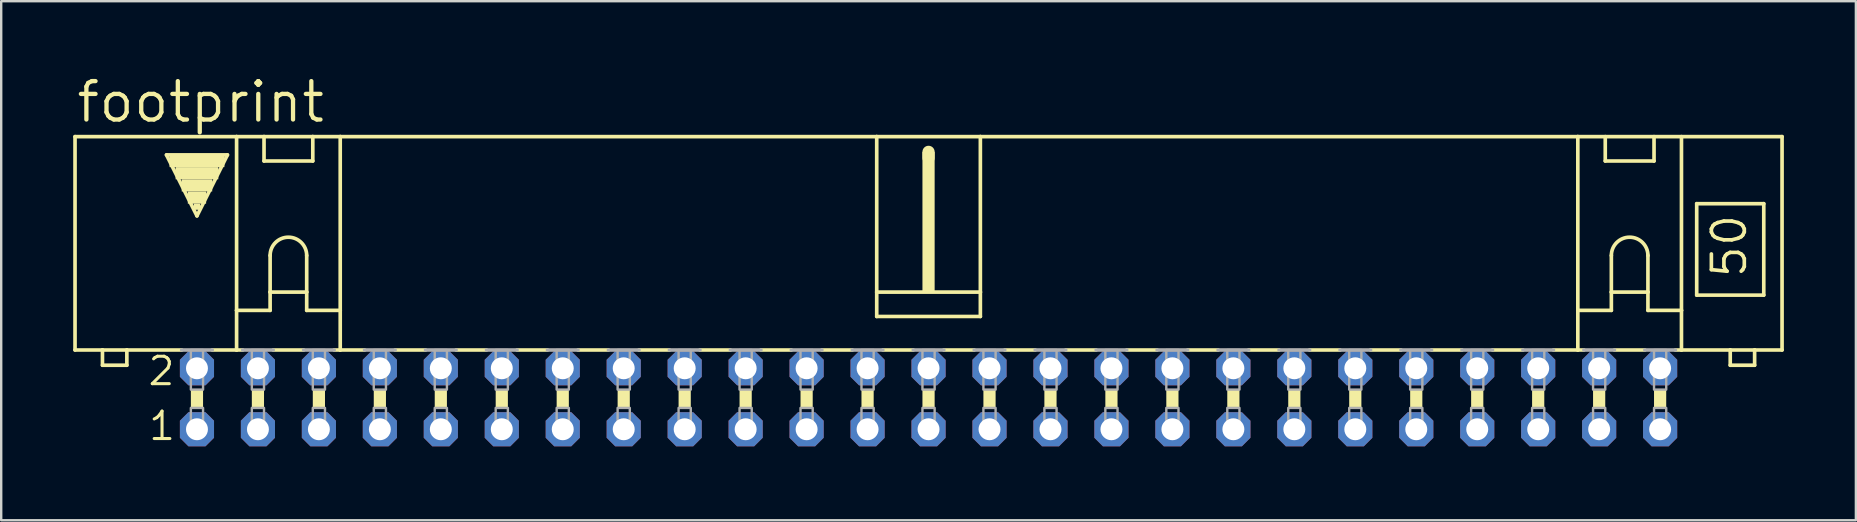
<source format=kicad_pcb>
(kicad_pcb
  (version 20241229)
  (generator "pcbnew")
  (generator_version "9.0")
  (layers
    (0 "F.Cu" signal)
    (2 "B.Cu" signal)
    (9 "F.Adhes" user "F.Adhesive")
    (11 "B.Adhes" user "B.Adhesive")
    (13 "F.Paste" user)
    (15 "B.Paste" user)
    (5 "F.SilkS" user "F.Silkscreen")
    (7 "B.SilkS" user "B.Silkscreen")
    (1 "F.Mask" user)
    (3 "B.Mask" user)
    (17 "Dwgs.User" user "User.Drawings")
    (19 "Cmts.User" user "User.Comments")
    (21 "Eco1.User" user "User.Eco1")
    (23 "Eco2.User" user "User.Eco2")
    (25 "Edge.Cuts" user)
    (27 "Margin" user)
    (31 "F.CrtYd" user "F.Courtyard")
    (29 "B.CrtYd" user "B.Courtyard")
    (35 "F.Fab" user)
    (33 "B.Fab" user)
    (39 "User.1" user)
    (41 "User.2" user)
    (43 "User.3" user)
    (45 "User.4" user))
  (footprint "footprint"
    (layer "F.Cu")
    (at 35.636 13.564)
    (property "Reference" "footprint" (at -35.585 -11.43 0) (layer "F.SilkS") (effects (font (size 1.6 1.6) (thickness 0.178)) (justify left bottom)))
    (fp_line (start -35.56 -10.922) (end -35.56 -2.032) (stroke (width 0.152) (type solid)) (layer "F.SilkS"))
    (fp_line (start -34.417 -2.032) (end -35.56 -2.032) (stroke (width 0.152) (type solid)) (layer "F.SilkS"))
    (fp_line (start -34.417 -2.032) (end -34.417 -1.397) (stroke (width 0.152) (type solid)) (layer "F.SilkS"))
    (fp_line (start -33.401 -2.032) (end -34.417 -2.032) (stroke (width 0.152) (type solid)) (layer "F.SilkS"))
    (fp_line (start -33.401 -1.397) (end -34.417 -1.397) (stroke (width 0.152) (type solid)) (layer "F.SilkS"))
    (fp_line (start -33.401 -1.397) (end -33.401 -2.032) (stroke (width 0.152) (type solid)) (layer "F.SilkS"))
    (fp_line (start -31.75 -10.16) (end -29.21 -10.16) (stroke (width 0.152) (type solid)) (layer "F.SilkS"))
    (fp_line (start -31.115 -2.032) (end -33.401 -2.032) (stroke (width 0.152) (type solid)) (layer "F.SilkS"))
    (fp_line (start -30.48 -7.62) (end -31.75 -10.16) (stroke (width 0.152) (type solid)) (layer "F.SilkS"))
    (fp_line (start -29.845 -2.032) (end -28.829 -2.032) (stroke (width 0.152) (type solid)) (layer "F.SilkS"))
    (fp_line (start -29.21 -10.16) (end -30.48 -7.62) (stroke (width 0.152) (type solid)) (layer "F.SilkS"))
    (fp_line (start -28.829 -10.922) (end -35.56 -10.922) (stroke (width 0.152) (type solid)) (layer "F.SilkS"))
    (fp_line (start -28.829 -10.922) (end -27.686 -10.922) (stroke (width 0.152) (type solid)) (layer "F.SilkS"))
    (fp_line (start -28.829 -3.683) (end -28.829 -10.922) (stroke (width 0.152) (type solid)) (layer "F.SilkS"))
    (fp_line (start -28.829 -3.683) (end -28.829 -2.032) (stroke (width 0.152) (type solid)) (layer "F.SilkS"))
    (fp_line (start -28.829 -3.683) (end -27.432 -3.683) (stroke (width 0.152) (type solid)) (layer "F.SilkS"))
    (fp_line (start -28.829 -2.032) (end -28.575 -2.032) (stroke (width 0.152) (type solid)) (layer "F.SilkS"))
    (fp_line (start -27.686 -10.922) (end -25.654 -10.922) (stroke (width 0.152) (type solid)) (layer "F.SilkS"))
    (fp_line (start -27.686 -9.906) (end -27.686 -10.922) (stroke (width 0.152) (type solid)) (layer "F.SilkS"))
    (fp_line (start -27.686 -9.906) (end -25.654 -9.906) (stroke (width 0.152) (type solid)) (layer "F.SilkS"))
    (fp_line (start -27.432 -5.969) (end -27.432 -4.445) (stroke (width 0.152) (type solid)) (layer "F.SilkS"))
    (fp_line (start -27.432 -4.445) (end -27.432 -3.683) (stroke (width 0.152) (type solid)) (layer "F.SilkS"))
    (fp_line (start -27.432 -4.445) (end -25.908 -4.445) (stroke (width 0.152) (type solid)) (layer "F.SilkS"))
    (fp_line (start -27.305 -2.032) (end -26.035 -2.032) (stroke (width 0.152) (type solid)) (layer "F.SilkS"))
    (fp_line (start -25.908 -5.969) (end -25.908 -4.445) (stroke (width 0.152) (type solid)) (layer "F.SilkS"))
    (fp_line (start -25.908 -4.445) (end -25.908 -3.683) (stroke (width 0.152) (type solid)) (layer "F.SilkS"))
    (fp_line (start -25.908 -3.683) (end -24.511 -3.683) (stroke (width 0.152) (type solid)) (layer "F.SilkS"))
    (fp_line (start -25.654 -10.922) (end -25.654 -9.906) (stroke (width 0.152) (type solid)) (layer "F.SilkS"))
    (fp_line (start -25.654 -10.922) (end -24.511 -10.922) (stroke (width 0.152) (type solid)) (layer "F.SilkS"))
    (fp_line (start -24.511 -10.922) (end -2.159 -10.922) (stroke (width 0.152) (type solid)) (layer "F.SilkS"))
    (fp_line (start -24.511 -3.683) (end -24.511 -10.922) (stroke (width 0.152) (type solid)) (layer "F.SilkS"))
    (fp_line (start -24.511 -3.683) (end -24.511 -2.032) (stroke (width 0.152) (type solid)) (layer "F.SilkS"))
    (fp_line (start -24.511 -2.032) (end -24.765 -2.032) (stroke (width 0.152) (type solid)) (layer "F.SilkS"))
    (fp_line (start -24.511 -2.032) (end -23.495 -2.032) (stroke (width 0.152) (type solid)) (layer "F.SilkS"))
    (fp_line (start -22.225 -2.032) (end -20.955 -2.032) (stroke (width 0.152) (type solid)) (layer "F.SilkS"))
    (fp_line (start -19.685 -2.032) (end -18.415 -2.032) (stroke (width 0.152) (type solid)) (layer "F.SilkS"))
    (fp_line (start -17.145 -2.032) (end -15.875 -2.032) (stroke (width 0.152) (type solid)) (layer "F.SilkS"))
    (fp_line (start -14.605 -2.032) (end -13.335 -2.032) (stroke (width 0.152) (type solid)) (layer "F.SilkS"))
    (fp_line (start -12.065 -2.032) (end -10.795 -2.032) (stroke (width 0.152) (type solid)) (layer "F.SilkS"))
    (fp_line (start -9.525 -2.032) (end -8.255 -2.032) (stroke (width 0.152) (type solid)) (layer "F.SilkS"))
    (fp_line (start -6.985 -2.032) (end -5.715 -2.032) (stroke (width 0.152) (type solid)) (layer "F.SilkS"))
    (fp_line (start -4.445 -2.032) (end -3.175 -2.032) (stroke (width 0.152) (type solid)) (layer "F.SilkS"))
    (fp_line (start -2.159 -10.922) (end -2.159 -4.445) (stroke (width 0.152) (type solid)) (layer "F.SilkS"))
    (fp_line (start -2.159 -10.922) (end 2.159 -10.922) (stroke (width 0.152) (type solid)) (layer "F.SilkS"))
    (fp_line (start -2.159 -4.445) (end -2.159 -3.429) (stroke (width 0.152) (type solid)) (layer "F.SilkS"))
    (fp_line (start -1.905 -2.032) (end -0.635 -2.032) (stroke (width 0.152) (type solid)) (layer "F.SilkS"))
    (fp_line (start 0 -10.033) (end 0 -10.287) (stroke (width 0.508) (type solid)) (layer "F.SilkS"))
    (fp_line (start 0.635 -2.032) (end 1.905 -2.032) (stroke (width 0.152) (type solid)) (layer "F.SilkS"))
    (fp_line (start 2.159 -10.922) (end 2.159 -4.445) (stroke (width 0.152) (type solid)) (layer "F.SilkS"))
    (fp_line (start 2.159 -10.922) (end 27.051 -10.922) (stroke (width 0.152) (type solid)) (layer "F.SilkS"))
    (fp_line (start 2.159 -4.445) (end -2.159 -4.445) (stroke (width 0.152) (type solid)) (layer "F.SilkS"))
    (fp_line (start 2.159 -4.445) (end 2.159 -3.429) (stroke (width 0.152) (type solid)) (layer "F.SilkS"))
    (fp_line (start 2.159 -3.429) (end -2.159 -3.429) (stroke (width 0.152) (type solid)) (layer "F.SilkS"))
    (fp_line (start 3.175 -2.032) (end 4.445 -2.032) (stroke (width 0.152) (type solid)) (layer "F.SilkS"))
    (fp_line (start 5.715 -2.032) (end 6.985 -2.032) (stroke (width 0.152) (type solid)) (layer "F.SilkS"))
    (fp_line (start 8.255 -2.032) (end 9.525 -2.032) (stroke (width 0.152) (type solid)) (layer "F.SilkS"))
    (fp_line (start 10.795 -2.032) (end 12.065 -2.032) (stroke (width 0.152) (type solid)) (layer "F.SilkS"))
    (fp_line (start 13.335 -2.032) (end 14.605 -2.032) (stroke (width 0.152) (type solid)) (layer "F.SilkS"))
    (fp_line (start 15.875 -2.032) (end 17.145 -2.032) (stroke (width 0.152) (type solid)) (layer "F.SilkS"))
    (fp_line (start 18.415 -2.032) (end 19.685 -2.032) (stroke (width 0.152) (type solid)) (layer "F.SilkS"))
    (fp_line (start 20.955 -2.032) (end 22.225 -2.032) (stroke (width 0.152) (type solid)) (layer "F.SilkS"))
    (fp_line (start 23.495 -2.032) (end 24.765 -2.032) (stroke (width 0.152) (type solid)) (layer "F.SilkS"))
    (fp_line (start 26.035 -2.032) (end 27.051 -2.032) (stroke (width 0.152) (type solid)) (layer "F.SilkS"))
    (fp_line (start 27.051 -10.922) (end 35.56 -10.922) (stroke (width 0.152) (type solid)) (layer "F.SilkS"))
    (fp_line (start 27.051 -3.683) (end 27.051 -10.922) (stroke (width 0.152) (type solid)) (layer "F.SilkS"))
    (fp_line (start 27.051 -3.683) (end 27.051 -2.032) (stroke (width 0.152) (type solid)) (layer "F.SilkS"))
    (fp_line (start 27.051 -3.683) (end 28.448 -3.683) (stroke (width 0.152) (type solid)) (layer "F.SilkS"))
    (fp_line (start 27.051 -2.032) (end 27.305 -2.032) (stroke (width 0.152) (type solid)) (layer "F.SilkS"))
    (fp_line (start 28.194 -9.906) (end 28.194 -10.922) (stroke (width 0.152) (type solid)) (layer "F.SilkS"))
    (fp_line (start 28.194 -9.906) (end 30.226 -9.906) (stroke (width 0.152) (type solid)) (layer "F.SilkS"))
    (fp_line (start 28.448 -5.969) (end 28.448 -4.445) (stroke (width 0.152) (type solid)) (layer "F.SilkS"))
    (fp_line (start 28.448 -4.445) (end 28.448 -3.683) (stroke (width 0.152) (type solid)) (layer "F.SilkS"))
    (fp_line (start 28.448 -4.445) (end 29.972 -4.445) (stroke (width 0.152) (type solid)) (layer "F.SilkS"))
    (fp_line (start 28.575 -2.032) (end 29.845 -2.032) (stroke (width 0.152) (type solid)) (layer "F.SilkS"))
    (fp_line (start 29.972 -5.969) (end 29.972 -4.445) (stroke (width 0.152) (type solid)) (layer "F.SilkS"))
    (fp_line (start 29.972 -4.445) (end 29.972 -3.683) (stroke (width 0.152) (type solid)) (layer "F.SilkS"))
    (fp_line (start 29.972 -3.683) (end 31.369 -3.683) (stroke (width 0.152) (type solid)) (layer "F.SilkS"))
    (fp_line (start 30.226 -10.922) (end 30.226 -9.906) (stroke (width 0.152) (type solid)) (layer "F.SilkS"))
    (fp_line (start 31.369 -3.683) (end 31.369 -10.922) (stroke (width 0.152) (type solid)) (layer "F.SilkS"))
    (fp_line (start 31.369 -3.683) (end 31.369 -2.032) (stroke (width 0.152) (type solid)) (layer "F.SilkS"))
    (fp_line (start 31.369 -2.032) (end 31.115 -2.032) (stroke (width 0.152) (type solid)) (layer "F.SilkS"))
    (fp_line (start 32.004 -8.128) (end 32.004 -4.318) (stroke (width 0.152) (type solid)) (layer "F.SilkS"))
    (fp_line (start 32.004 -8.128) (end 34.798 -8.128) (stroke (width 0.152) (type solid)) (layer "F.SilkS"))
    (fp_line (start 32.004 -4.318) (end 34.798 -4.318) (stroke (width 0.152) (type solid)) (layer "F.SilkS"))
    (fp_line (start 33.401 -2.032) (end 31.369 -2.032) (stroke (width 0.152) (type solid)) (layer "F.SilkS"))
    (fp_line (start 33.401 -2.032) (end 33.401 -1.397) (stroke (width 0.152) (type solid)) (layer "F.SilkS"))
    (fp_line (start 34.417 -2.032) (end 33.401 -2.032) (stroke (width 0.152) (type solid)) (layer "F.SilkS"))
    (fp_line (start 34.417 -1.397) (end 33.401 -1.397) (stroke (width 0.152) (type solid)) (layer "F.SilkS"))
    (fp_line (start 34.417 -1.397) (end 34.417 -2.032) (stroke (width 0.152) (type solid)) (layer "F.SilkS"))
    (fp_line (start 34.798 -4.318) (end 34.798 -8.128) (stroke (width 0.152) (type solid)) (layer "F.SilkS"))
    (fp_line (start 35.56 -2.032) (end 34.417 -2.032) (stroke (width 0.152) (type solid)) (layer "F.SilkS"))
    (fp_line (start 35.56 -2.032) (end 35.56 -10.922) (stroke (width 0.152) (type solid)) (layer "F.SilkS"))
    (fp_arc (start -27.432 -5.969) (mid -26.67 -6.731) (end -25.908 -5.969) (stroke (width 0.1524) (type solid)) (layer "F.SilkS"))
    (fp_arc (start 28.448 -5.969) (mid 29.21 -6.731) (end 29.972 -5.969) (stroke (width 0.1524) (type solid)) (layer "F.SilkS"))
    (fp_poly (pts (xy -31.623 -9.652) (xy -29.337 -9.652) (xy -29.337 -10.16) (xy -31.623 -10.16)) (stroke (width 0) (type solid)) (fill yes) (layer "F.SilkS"))
    (fp_poly (pts (xy -31.369 -9.144) (xy -29.591 -9.144) (xy -29.591 -9.652) (xy -31.369 -9.652)) (stroke (width 0) (type solid)) (fill yes) (layer "F.SilkS"))
    (fp_poly (pts (xy -31.115 -8.636) (xy -29.845 -8.636) (xy -29.845 -9.144) (xy -31.115 -9.144)) (stroke (width 0) (type solid)) (fill yes) (layer "F.SilkS"))
    (fp_poly (pts (xy -30.861 -8.128) (xy -30.099 -8.128) (xy -30.099 -8.636) (xy -30.861 -8.636)) (stroke (width 0) (type solid)) (fill yes) (layer "F.SilkS"))
    (fp_poly (pts (xy -30.734 0.381) (xy -30.226 0.381) (xy -30.226 -0.381) (xy -30.734 -0.381)) (stroke (width 0) (type solid)) (fill yes) (layer "F.SilkS"))
    (fp_poly (pts (xy -30.607 -7.874) (xy -30.353 -7.874) (xy -30.353 -8.128) (xy -30.607 -8.128)) (stroke (width 0) (type solid)) (fill yes) (layer "F.SilkS"))
    (fp_poly (pts (xy -28.194 0.381) (xy -27.686 0.381) (xy -27.686 -0.381) (xy -28.194 -0.381)) (stroke (width 0) (type solid)) (fill yes) (layer "F.SilkS"))
    (fp_poly (pts (xy -25.654 0.381) (xy -25.146 0.381) (xy -25.146 -0.381) (xy -25.654 -0.381)) (stroke (width 0) (type solid)) (fill yes) (layer "F.SilkS"))
    (fp_poly (pts (xy -23.114 0.381) (xy -22.606 0.381) (xy -22.606 -0.381) (xy -23.114 -0.381)) (stroke (width 0) (type solid)) (fill yes) (layer "F.SilkS"))
    (fp_poly (pts (xy -20.574 0.381) (xy -20.066 0.381) (xy -20.066 -0.381) (xy -20.574 -0.381)) (stroke (width 0) (type solid)) (fill yes) (layer "F.SilkS"))
    (fp_poly (pts (xy -18.034 0.381) (xy -17.526 0.381) (xy -17.526 -0.381) (xy -18.034 -0.381)) (stroke (width 0) (type solid)) (fill yes) (layer "F.SilkS"))
    (fp_poly (pts (xy -15.494 0.381) (xy -14.986 0.381) (xy -14.986 -0.381) (xy -15.494 -0.381)) (stroke (width 0) (type solid)) (fill yes) (layer "F.SilkS"))
    (fp_poly (pts (xy -12.954 0.381) (xy -12.446 0.381) (xy -12.446 -0.381) (xy -12.954 -0.381)) (stroke (width 0) (type solid)) (fill yes) (layer "F.SilkS"))
    (fp_poly (pts (xy -10.414 0.381) (xy -9.906 0.381) (xy -9.906 -0.381) (xy -10.414 -0.381)) (stroke (width 0) (type solid)) (fill yes) (layer "F.SilkS"))
    (fp_poly (pts (xy -7.874 0.381) (xy -7.366 0.381) (xy -7.366 -0.381) (xy -7.874 -0.381)) (stroke (width 0) (type solid)) (fill yes) (layer "F.SilkS"))
    (fp_poly (pts (xy -5.334 0.381) (xy -4.826 0.381) (xy -4.826 -0.381) (xy -5.334 -0.381)) (stroke (width 0) (type solid)) (fill yes) (layer "F.SilkS"))
    (fp_poly (pts (xy -2.794 0.381) (xy -2.286 0.381) (xy -2.286 -0.381) (xy -2.794 -0.381)) (stroke (width 0) (type solid)) (fill yes) (layer "F.SilkS"))
    (fp_poly (pts (xy -0.254 -4.445) (xy 0.254 -4.445) (xy 0.254 -10.287) (xy -0.254 -10.287)) (stroke (width 0) (type solid)) (fill yes) (layer "F.SilkS"))
    (fp_poly (pts (xy -0.254 0.381) (xy 0.254 0.381) (xy 0.254 -0.381) (xy -0.254 -0.381)) (stroke (width 0) (type solid)) (fill yes) (layer "F.SilkS"))
    (fp_poly (pts (xy 2.286 0.381) (xy 2.794 0.381) (xy 2.794 -0.381) (xy 2.286 -0.381)) (stroke (width 0) (type solid)) (fill yes) (layer "F.SilkS"))
    (fp_poly (pts (xy 4.826 0.381) (xy 5.334 0.381) (xy 5.334 -0.381) (xy 4.826 -0.381)) (stroke (width 0) (type solid)) (fill yes) (layer "F.SilkS"))
    (fp_poly (pts (xy 7.366 0.381) (xy 7.874 0.381) (xy 7.874 -0.381) (xy 7.366 -0.381)) (stroke (width 0) (type solid)) (fill yes) (layer "F.SilkS"))
    (fp_poly (pts (xy 9.906 0.381) (xy 10.414 0.381) (xy 10.414 -0.381) (xy 9.906 -0.381)) (stroke (width 0) (type solid)) (fill yes) (layer "F.SilkS"))
    (fp_poly (pts (xy 12.446 0.381) (xy 12.954 0.381) (xy 12.954 -0.381) (xy 12.446 -0.381)) (stroke (width 0) (type solid)) (fill yes) (layer "F.SilkS"))
    (fp_poly (pts (xy 14.986 0.381) (xy 15.494 0.381) (xy 15.494 -0.381) (xy 14.986 -0.381)) (stroke (width 0) (type solid)) (fill yes) (layer "F.SilkS"))
    (fp_poly (pts (xy 17.526 0.381) (xy 18.034 0.381) (xy 18.034 -0.381) (xy 17.526 -0.381)) (stroke (width 0) (type solid)) (fill yes) (layer "F.SilkS"))
    (fp_poly (pts (xy 20.066 0.381) (xy 20.574 0.381) (xy 20.574 -0.381) (xy 20.066 -0.381)) (stroke (width 0) (type solid)) (fill yes) (layer "F.SilkS"))
    (fp_poly (pts (xy 22.606 0.381) (xy 23.114 0.381) (xy 23.114 -0.381) (xy 22.606 -0.381)) (stroke (width 0) (type solid)) (fill yes) (layer "F.SilkS"))
    (fp_poly (pts (xy 25.146 0.381) (xy 25.654 0.381) (xy 25.654 -0.381) (xy 25.146 -0.381)) (stroke (width 0) (type solid)) (fill yes) (layer "F.SilkS"))
    (fp_poly (pts (xy 27.686 0.381) (xy 28.194 0.381) (xy 28.194 -0.381) (xy 27.686 -0.381)) (stroke (width 0) (type solid)) (fill yes) (layer "F.SilkS"))
    (fp_poly (pts (xy 30.226 0.381) (xy 30.734 0.381) (xy 30.734 -0.381) (xy 30.226 -0.381)) (stroke (width 0) (type solid)) (fill yes) (layer "F.SilkS"))
    (fp_line (start -31.115 -2.032) (end -29.845 -2.032) (stroke (width 0.152) (type solid)) (layer "F.Fab"))
    (fp_line (start -28.575 -2.032) (end -27.305 -2.032) (stroke (width 0.152) (type solid)) (layer "F.Fab"))
    (fp_line (start -26.035 -2.032) (end -24.765 -2.032) (stroke (width 0.152) (type solid)) (layer "F.Fab"))
    (fp_line (start -23.495 -2.032) (end -22.225 -2.032) (stroke (width 0.152) (type solid)) (layer "F.Fab"))
    (fp_line (start -20.955 -2.032) (end -19.685 -2.032) (stroke (width 0.152) (type solid)) (layer "F.Fab"))
    (fp_line (start -18.415 -2.032) (end -17.145 -2.032) (stroke (width 0.152) (type solid)) (layer "F.Fab"))
    (fp_line (start -15.875 -2.032) (end -14.605 -2.032) (stroke (width 0.152) (type solid)) (layer "F.Fab"))
    (fp_line (start -13.335 -2.032) (end -12.065 -2.032) (stroke (width 0.152) (type solid)) (layer "F.Fab"))
    (fp_line (start -10.795 -2.032) (end -9.525 -2.032) (stroke (width 0.152) (type solid)) (layer "F.Fab"))
    (fp_line (start -8.255 -2.032) (end -6.985 -2.032) (stroke (width 0.152) (type solid)) (layer "F.Fab"))
    (fp_line (start -5.715 -2.032) (end -4.445 -2.032) (stroke (width 0.152) (type solid)) (layer "F.Fab"))
    (fp_line (start -3.175 -2.032) (end -1.905 -2.032) (stroke (width 0.152) (type solid)) (layer "F.Fab"))
    (fp_line (start -0.635 -2.032) (end 0.635 -2.032) (stroke (width 0.152) (type solid)) (layer "F.Fab"))
    (fp_line (start 1.905 -2.032) (end 3.175 -2.032) (stroke (width 0.152) (type solid)) (layer "F.Fab"))
    (fp_line (start 4.445 -2.032) (end 5.715 -2.032) (stroke (width 0.152) (type solid)) (layer "F.Fab"))
    (fp_line (start 6.985 -2.032) (end 8.255 -2.032) (stroke (width 0.152) (type solid)) (layer "F.Fab"))
    (fp_line (start 9.525 -2.032) (end 10.795 -2.032) (stroke (width 0.152) (type solid)) (layer "F.Fab"))
    (fp_line (start 13.335 -2.032) (end 12.065 -2.032) (stroke (width 0.152) (type solid)) (layer "F.Fab"))
    (fp_line (start 15.875 -2.032) (end 14.605 -2.032) (stroke (width 0.152) (type solid)) (layer "F.Fab"))
    (fp_line (start 18.415 -2.032) (end 17.145 -2.032) (stroke (width 0.152) (type solid)) (layer "F.Fab"))
    (fp_line (start 20.955 -2.032) (end 19.685 -2.032) (stroke (width 0.152) (type solid)) (layer "F.Fab"))
    (fp_line (start 23.495 -2.032) (end 22.225 -2.032) (stroke (width 0.152) (type solid)) (layer "F.Fab"))
    (fp_line (start 26.035 -2.032) (end 24.765 -2.032) (stroke (width 0.152) (type solid)) (layer "F.Fab"))
    (fp_line (start 28.575 -2.032) (end 27.305 -2.032) (stroke (width 0.152) (type solid)) (layer "F.Fab"))
    (fp_line (start 31.115 -2.032) (end 29.845 -2.032) (stroke (width 0.152) (type solid)) (layer "F.Fab"))
    (fp_poly (pts (xy -30.734 -0.381) (xy -30.226 -0.381) (xy -30.226 -2.032) (xy -30.734 -2.032)) (stroke (width 0.1) (type solid)) (fill no) (layer "F.Fab"))
    (fp_poly (pts (xy -30.734 1.524) (xy -30.226 1.524) (xy -30.226 0.381) (xy -30.734 0.381)) (stroke (width 0.1) (type solid)) (fill no) (layer "F.Fab"))
    (fp_poly (pts (xy -28.194 -0.381) (xy -27.686 -0.381) (xy -27.686 -2.032) (xy -28.194 -2.032)) (stroke (width 0.1) (type solid)) (fill no) (layer "F.Fab"))
    (fp_poly (pts (xy -28.194 1.524) (xy -27.686 1.524) (xy -27.686 0.381) (xy -28.194 0.381)) (stroke (width 0.1) (type solid)) (fill no) (layer "F.Fab"))
    (fp_poly (pts (xy -25.654 -0.381) (xy -25.146 -0.381) (xy -25.146 -2.032) (xy -25.654 -2.032)) (stroke (width 0.1) (type solid)) (fill no) (layer "F.Fab"))
    (fp_poly (pts (xy -25.654 1.524) (xy -25.146 1.524) (xy -25.146 0.381) (xy -25.654 0.381)) (stroke (width 0.1) (type solid)) (fill no) (layer "F.Fab"))
    (fp_poly (pts (xy -23.114 -0.381) (xy -22.606 -0.381) (xy -22.606 -2.032) (xy -23.114 -2.032)) (stroke (width 0.1) (type solid)) (fill no) (layer "F.Fab"))
    (fp_poly (pts (xy -23.114 1.524) (xy -22.606 1.524) (xy -22.606 0.381) (xy -23.114 0.381)) (stroke (width 0.1) (type solid)) (fill no) (layer "F.Fab"))
    (fp_poly (pts (xy -20.574 -0.381) (xy -20.066 -0.381) (xy -20.066 -2.032) (xy -20.574 -2.032)) (stroke (width 0.1) (type solid)) (fill no) (layer "F.Fab"))
    (fp_poly (pts (xy -20.574 1.524) (xy -20.066 1.524) (xy -20.066 0.381) (xy -20.574 0.381)) (stroke (width 0.1) (type solid)) (fill no) (layer "F.Fab"))
    (fp_poly (pts (xy -18.034 -0.381) (xy -17.526 -0.381) (xy -17.526 -2.032) (xy -18.034 -2.032)) (stroke (width 0.1) (type solid)) (fill no) (layer "F.Fab"))
    (fp_poly (pts (xy -18.034 1.524) (xy -17.526 1.524) (xy -17.526 0.381) (xy -18.034 0.381)) (stroke (width 0.1) (type solid)) (fill no) (layer "F.Fab"))
    (fp_poly (pts (xy -15.494 -0.381) (xy -14.986 -0.381) (xy -14.986 -2.032) (xy -15.494 -2.032)) (stroke (width 0.1) (type solid)) (fill no) (layer "F.Fab"))
    (fp_poly (pts (xy -15.494 1.524) (xy -14.986 1.524) (xy -14.986 0.381) (xy -15.494 0.381)) (stroke (width 0.1) (type solid)) (fill no) (layer "F.Fab"))
    (fp_poly (pts (xy -12.954 -0.381) (xy -12.446 -0.381) (xy -12.446 -2.032) (xy -12.954 -2.032)) (stroke (width 0.1) (type solid)) (fill no) (layer "F.Fab"))
    (fp_poly (pts (xy -12.954 1.524) (xy -12.446 1.524) (xy -12.446 0.381) (xy -12.954 0.381)) (stroke (width 0.1) (type solid)) (fill no) (layer "F.Fab"))
    (fp_poly (pts (xy -10.414 -0.381) (xy -9.906 -0.381) (xy -9.906 -2.032) (xy -10.414 -2.032)) (stroke (width 0.1) (type solid)) (fill no) (layer "F.Fab"))
    (fp_poly (pts (xy -10.414 1.524) (xy -9.906 1.524) (xy -9.906 0.381) (xy -10.414 0.381)) (stroke (width 0.1) (type solid)) (fill no) (layer "F.Fab"))
    (fp_poly (pts (xy -7.874 -0.381) (xy -7.366 -0.381) (xy -7.366 -2.032) (xy -7.874 -2.032)) (stroke (width 0.1) (type solid)) (fill no) (layer "F.Fab"))
    (fp_poly (pts (xy -7.874 1.524) (xy -7.366 1.524) (xy -7.366 0.381) (xy -7.874 0.381)) (stroke (width 0.1) (type solid)) (fill no) (layer "F.Fab"))
    (fp_poly (pts (xy -5.334 -0.381) (xy -4.826 -0.381) (xy -4.826 -2.032) (xy -5.334 -2.032)) (stroke (width 0.1) (type solid)) (fill no) (layer "F.Fab"))
    (fp_poly (pts (xy -5.334 1.524) (xy -4.826 1.524) (xy -4.826 0.381) (xy -5.334 0.381)) (stroke (width 0.1) (type solid)) (fill no) (layer "F.Fab"))
    (fp_poly (pts (xy -2.794 -0.381) (xy -2.286 -0.381) (xy -2.286 -2.032) (xy -2.794 -2.032)) (stroke (width 0.1) (type solid)) (fill no) (layer "F.Fab"))
    (fp_poly (pts (xy -2.794 1.524) (xy -2.286 1.524) (xy -2.286 0.381) (xy -2.794 0.381)) (stroke (width 0.1) (type solid)) (fill no) (layer "F.Fab"))
    (fp_poly (pts (xy -0.254 -0.381) (xy 0.254 -0.381) (xy 0.254 -2.032) (xy -0.254 -2.032)) (stroke (width 0.1) (type solid)) (fill no) (layer "F.Fab"))
    (fp_poly (pts (xy -0.254 1.524) (xy 0.254 1.524) (xy 0.254 0.381) (xy -0.254 0.381)) (stroke (width 0.1) (type solid)) (fill no) (layer "F.Fab"))
    (fp_poly (pts (xy 2.286 -0.381) (xy 2.794 -0.381) (xy 2.794 -2.032) (xy 2.286 -2.032)) (stroke (width 0.1) (type solid)) (fill no) (layer "F.Fab"))
    (fp_poly (pts (xy 2.286 1.524) (xy 2.794 1.524) (xy 2.794 0.381) (xy 2.286 0.381)) (stroke (width 0.1) (type solid)) (fill no) (layer "F.Fab"))
    (fp_poly (pts (xy 4.826 -0.381) (xy 5.334 -0.381) (xy 5.334 -2.032) (xy 4.826 -2.032)) (stroke (width 0.1) (type solid)) (fill no) (layer "F.Fab"))
    (fp_poly (pts (xy 4.826 1.524) (xy 5.334 1.524) (xy 5.334 0.381) (xy 4.826 0.381)) (stroke (width 0.1) (type solid)) (fill no) (layer "F.Fab"))
    (fp_poly (pts (xy 7.366 -0.381) (xy 7.874 -0.381) (xy 7.874 -2.032) (xy 7.366 -2.032)) (stroke (width 0.1) (type solid)) (fill no) (layer "F.Fab"))
    (fp_poly (pts (xy 7.366 1.524) (xy 7.874 1.524) (xy 7.874 0.381) (xy 7.366 0.381)) (stroke (width 0.1) (type solid)) (fill no) (layer "F.Fab"))
    (fp_poly (pts (xy 9.906 -0.381) (xy 10.414 -0.381) (xy 10.414 -2.032) (xy 9.906 -2.032)) (stroke (width 0.1) (type solid)) (fill no) (layer "F.Fab"))
    (fp_poly (pts (xy 9.906 1.524) (xy 10.414 1.524) (xy 10.414 0.381) (xy 9.906 0.381)) (stroke (width 0.1) (type solid)) (fill no) (layer "F.Fab"))
    (fp_poly (pts (xy 12.446 -0.381) (xy 12.954 -0.381) (xy 12.954 -2.032) (xy 12.446 -2.032)) (stroke (width 0.1) (type solid)) (fill no) (layer "F.Fab"))
    (fp_poly (pts (xy 12.446 1.524) (xy 12.954 1.524) (xy 12.954 0.381) (xy 12.446 0.381)) (stroke (width 0.1) (type solid)) (fill no) (layer "F.Fab"))
    (fp_poly (pts (xy 14.986 -0.381) (xy 15.494 -0.381) (xy 15.494 -2.032) (xy 14.986 -2.032)) (stroke (width 0.1) (type solid)) (fill no) (layer "F.Fab"))
    (fp_poly (pts (xy 14.986 1.524) (xy 15.494 1.524) (xy 15.494 0.381) (xy 14.986 0.381)) (stroke (width 0.1) (type solid)) (fill no) (layer "F.Fab"))
    (fp_poly (pts (xy 17.526 -0.381) (xy 18.034 -0.381) (xy 18.034 -2.032) (xy 17.526 -2.032)) (stroke (width 0.1) (type solid)) (fill no) (layer "F.Fab"))
    (fp_poly (pts (xy 17.526 1.524) (xy 18.034 1.524) (xy 18.034 0.381) (xy 17.526 0.381)) (stroke (width 0.1) (type solid)) (fill no) (layer "F.Fab"))
    (fp_poly (pts (xy 20.066 -0.381) (xy 20.574 -0.381) (xy 20.574 -2.032) (xy 20.066 -2.032)) (stroke (width 0.1) (type solid)) (fill no) (layer "F.Fab"))
    (fp_poly (pts (xy 20.066 1.524) (xy 20.574 1.524) (xy 20.574 0.381) (xy 20.066 0.381)) (stroke (width 0.1) (type solid)) (fill no) (layer "F.Fab"))
    (fp_poly (pts (xy 22.606 -0.381) (xy 23.114 -0.381) (xy 23.114 -2.032) (xy 22.606 -2.032)) (stroke (width 0.1) (type solid)) (fill no) (layer "F.Fab"))
    (fp_poly (pts (xy 22.606 1.524) (xy 23.114 1.524) (xy 23.114 0.381) (xy 22.606 0.381)) (stroke (width 0.1) (type solid)) (fill no) (layer "F.Fab"))
    (fp_poly (pts (xy 25.146 -0.381) (xy 25.654 -0.381) (xy 25.654 -2.032) (xy 25.146 -2.032)) (stroke (width 0.1) (type solid)) (fill no) (layer "F.Fab"))
    (fp_poly (pts (xy 25.146 1.524) (xy 25.654 1.524) (xy 25.654 0.381) (xy 25.146 0.381)) (stroke (width 0.1) (type solid)) (fill no) (layer "F.Fab"))
    (fp_poly (pts (xy 27.686 -0.381) (xy 28.194 -0.381) (xy 28.194 -2.032) (xy 27.686 -2.032)) (stroke (width 0.1) (type solid)) (fill no) (layer "F.Fab"))
    (fp_poly (pts (xy 27.686 1.524) (xy 28.194 1.524) (xy 28.194 0.381) (xy 27.686 0.381)) (stroke (width 0.1) (type solid)) (fill no) (layer "F.Fab"))
    (fp_poly (pts (xy 30.226 -0.381) (xy 30.734 -0.381) (xy 30.734 -2.032) (xy 30.226 -2.032)) (stroke (width 0.1) (type solid)) (fill no) (layer "F.Fab"))
    (fp_poly (pts (xy 30.226 1.524) (xy 30.734 1.524) (xy 30.734 0.381) (xy 30.226 0.381)) (stroke (width 0.1) (type solid)) (fill no) (layer "F.Fab"))
    (fp_text user "1" (at -32.563 1.803 0) (layer "F.SilkS") (effects (font (size 1.143 1.143) (thickness 0.127)) (justify left bottom)))
    (fp_text user "50" (at 34.163 -4.953 90) (layer "F.SilkS") (effects (font (size 1.372 1.372) (thickness 0.152)) (justify left bottom)))
    (fp_text user "2" (at -32.588 -0.483 0) (layer "F.SilkS") (effects (font (size 1.143 1.143) (thickness 0.127)) (justify left bottom)))
    (pad "1" thru_hole roundrect (at -30.48 1.27) (size 1.422 1.422) (drill 0.914) (layers "*.Cu" "*.Mask") (roundrect_rratio 0.25) (chamfer_ratio 0.25) (chamfer top_left top_right bottom_left bottom_right))
    (pad "2" thru_hole roundrect (at -30.48 -1.27) (size 1.422 1.422) (drill 0.914) (layers "*.Cu" "*.Mask") (roundrect_rratio 0.25) (chamfer_ratio 0.25) (chamfer top_left top_right bottom_left bottom_right))
    (pad "3" thru_hole roundrect (at -27.94 1.27) (size 1.422 1.422) (drill 0.914) (layers "*.Cu" "*.Mask") (roundrect_rratio 0.25) (chamfer_ratio 0.25) (chamfer top_left top_right bottom_left bottom_right))
    (pad "4" thru_hole roundrect (at -27.94 -1.27) (size 1.422 1.422) (drill 0.914) (layers "*.Cu" "*.Mask") (roundrect_rratio 0.25) (chamfer_ratio 0.25) (chamfer top_left top_right bottom_left bottom_right))
    (pad "5" thru_hole roundrect (at -25.4 1.27) (size 1.422 1.422) (drill 0.914) (layers "*.Cu" "*.Mask") (roundrect_rratio 0.25) (chamfer_ratio 0.25) (chamfer top_left top_right bottom_left bottom_right))
    (pad "6" thru_hole roundrect (at -25.4 -1.27) (size 1.422 1.422) (drill 0.914) (layers "*.Cu" "*.Mask") (roundrect_rratio 0.25) (chamfer_ratio 0.25) (chamfer top_left top_right bottom_left bottom_right))
    (pad "7" thru_hole roundrect (at -22.86 1.27) (size 1.422 1.422) (drill 0.914) (layers "*.Cu" "*.Mask") (roundrect_rratio 0.25) (chamfer_ratio 0.25) (chamfer top_left top_right bottom_left bottom_right))
    (pad "8" thru_hole roundrect (at -22.86 -1.27) (size 1.422 1.422) (drill 0.914) (layers "*.Cu" "*.Mask") (roundrect_rratio 0.25) (chamfer_ratio 0.25) (chamfer top_left top_right bottom_left bottom_right))
    (pad "9" thru_hole roundrect (at -20.32 1.27) (size 1.422 1.422) (drill 0.914) (layers "*.Cu" "*.Mask") (roundrect_rratio 0.25) (chamfer_ratio 0.25) (chamfer top_left top_right bottom_left bottom_right))
    (pad "10" thru_hole roundrect (at -20.32 -1.27) (size 1.422 1.422) (drill 0.914) (layers "*.Cu" "*.Mask") (roundrect_rratio 0.25) (chamfer_ratio 0.25) (chamfer top_left top_right bottom_left bottom_right))
    (pad "11" thru_hole roundrect (at -17.78 1.27) (size 1.422 1.422) (drill 0.914) (layers "*.Cu" "*.Mask") (roundrect_rratio 0.25) (chamfer_ratio 0.25) (chamfer top_left top_right bottom_left bottom_right))
    (pad "12" thru_hole roundrect (at -17.78 -1.27) (size 1.422 1.422) (drill 0.914) (layers "*.Cu" "*.Mask") (roundrect_rratio 0.25) (chamfer_ratio 0.25) (chamfer top_left top_right bottom_left bottom_right))
    (pad "13" thru_hole roundrect (at -15.24 1.27) (size 1.422 1.422) (drill 0.914) (layers "*.Cu" "*.Mask") (roundrect_rratio 0.25) (chamfer_ratio 0.25) (chamfer top_left top_right bottom_left bottom_right))
    (pad "14" thru_hole roundrect (at -15.24 -1.27) (size 1.422 1.422) (drill 0.914) (layers "*.Cu" "*.Mask") (roundrect_rratio 0.25) (chamfer_ratio 0.25) (chamfer top_left top_right bottom_left bottom_right))
    (pad "15" thru_hole roundrect (at -12.7 1.27) (size 1.422 1.422) (drill 0.914) (layers "*.Cu" "*.Mask") (roundrect_rratio 0.25) (chamfer_ratio 0.25) (chamfer top_left top_right bottom_left bottom_right))
    (pad "16" thru_hole roundrect (at -12.7 -1.27) (size 1.422 1.422) (drill 0.914) (layers "*.Cu" "*.Mask") (roundrect_rratio 0.25) (chamfer_ratio 0.25) (chamfer top_left top_right bottom_left bottom_right))
    (pad "17" thru_hole roundrect (at -10.16 1.27) (size 1.422 1.422) (drill 0.914) (layers "*.Cu" "*.Mask") (roundrect_rratio 0.25) (chamfer_ratio 0.25) (chamfer top_left top_right bottom_left bottom_right))
    (pad "18" thru_hole roundrect (at -10.16 -1.27) (size 1.422 1.422) (drill 0.914) (layers "*.Cu" "*.Mask") (roundrect_rratio 0.25) (chamfer_ratio 0.25) (chamfer top_left top_right bottom_left bottom_right))
    (pad "19" thru_hole roundrect (at -7.62 1.27) (size 1.422 1.422) (drill 0.914) (layers "*.Cu" "*.Mask") (roundrect_rratio 0.25) (chamfer_ratio 0.25) (chamfer top_left top_right bottom_left bottom_right))
    (pad "20" thru_hole roundrect (at -7.62 -1.27) (size 1.422 1.422) (drill 0.914) (layers "*.Cu" "*.Mask") (roundrect_rratio 0.25) (chamfer_ratio 0.25) (chamfer top_left top_right bottom_left bottom_right))
    (pad "21" thru_hole roundrect (at -5.08 1.27) (size 1.422 1.422) (drill 0.914) (layers "*.Cu" "*.Mask") (roundrect_rratio 0.25) (chamfer_ratio 0.25) (chamfer top_left top_right bottom_left bottom_right))
    (pad "22" thru_hole roundrect (at -5.08 -1.27) (size 1.422 1.422) (drill 0.914) (layers "*.Cu" "*.Mask") (roundrect_rratio 0.25) (chamfer_ratio 0.25) (chamfer top_left top_right bottom_left bottom_right))
    (pad "23" thru_hole roundrect (at -2.54 1.27) (size 1.422 1.422) (drill 0.914) (layers "*.Cu" "*.Mask") (roundrect_rratio 0.25) (chamfer_ratio 0.25) (chamfer top_left top_right bottom_left bottom_right))
    (pad "24" thru_hole roundrect (at -2.54 -1.27) (size 1.422 1.422) (drill 0.914) (layers "*.Cu" "*.Mask") (roundrect_rratio 0.25) (chamfer_ratio 0.25) (chamfer top_left top_right bottom_left bottom_right))
    (pad "25" thru_hole roundrect (at 0 1.27) (size 1.422 1.422) (drill 0.914) (layers "*.Cu" "*.Mask") (roundrect_rratio 0.25) (chamfer_ratio 0.25) (chamfer top_left top_right bottom_left bottom_right))
    (pad "26" thru_hole roundrect (at 0 -1.27) (size 1.422 1.422) (drill 0.914) (layers "*.Cu" "*.Mask") (roundrect_rratio 0.25) (chamfer_ratio 0.25) (chamfer top_left top_right bottom_left bottom_right))
    (pad "27" thru_hole roundrect (at 2.54 1.27) (size 1.422 1.422) (drill 0.914) (layers "*.Cu" "*.Mask") (roundrect_rratio 0.25) (chamfer_ratio 0.25) (chamfer top_left top_right bottom_left bottom_right))
    (pad "28" thru_hole roundrect (at 2.54 -1.27) (size 1.422 1.422) (drill 0.914) (layers "*.Cu" "*.Mask") (roundrect_rratio 0.25) (chamfer_ratio 0.25) (chamfer top_left top_right bottom_left bottom_right))
    (pad "29" thru_hole roundrect (at 5.08 1.27) (size 1.422 1.422) (drill 0.914) (layers "*.Cu" "*.Mask") (roundrect_rratio 0.25) (chamfer_ratio 0.25) (chamfer top_left top_right bottom_left bottom_right))
    (pad "30" thru_hole roundrect (at 5.08 -1.27) (size 1.422 1.422) (drill 0.914) (layers "*.Cu" "*.Mask") (roundrect_rratio 0.25) (chamfer_ratio 0.25) (chamfer top_left top_right bottom_left bottom_right))
    (pad "31" thru_hole roundrect (at 7.62 1.27) (size 1.422 1.422) (drill 0.914) (layers "*.Cu" "*.Mask") (roundrect_rratio 0.25) (chamfer_ratio 0.25) (chamfer top_left top_right bottom_left bottom_right))
    (pad "32" thru_hole roundrect (at 7.62 -1.27) (size 1.422 1.422) (drill 0.914) (layers "*.Cu" "*.Mask") (roundrect_rratio 0.25) (chamfer_ratio 0.25) (chamfer top_left top_right bottom_left bottom_right))
    (pad "33" thru_hole roundrect (at 10.16 1.27) (size 1.422 1.422) (drill 0.914) (layers "*.Cu" "*.Mask") (roundrect_rratio 0.25) (chamfer_ratio 0.25) (chamfer top_left top_right bottom_left bottom_right))
    (pad "34" thru_hole roundrect (at 10.16 -1.27) (size 1.422 1.422) (drill 0.914) (layers "*.Cu" "*.Mask") (roundrect_rratio 0.25) (chamfer_ratio 0.25) (chamfer top_left top_right bottom_left bottom_right))
    (pad "35" thru_hole roundrect (at 12.7 1.27) (size 1.422 1.422) (drill 0.914) (layers "*.Cu" "*.Mask") (roundrect_rratio 0.25) (chamfer_ratio 0.25) (chamfer top_left top_right bottom_left bottom_right))
    (pad "36" thru_hole roundrect (at 12.7 -1.27) (size 1.422 1.422) (drill 0.914) (layers "*.Cu" "*.Mask") (roundrect_rratio 0.25) (chamfer_ratio 0.25) (chamfer top_left top_right bottom_left bottom_right))
    (pad "37" thru_hole roundrect (at 15.24 1.27) (size 1.422 1.422) (drill 0.914) (layers "*.Cu" "*.Mask") (roundrect_rratio 0.25) (chamfer_ratio 0.25) (chamfer top_left top_right bottom_left bottom_right))
    (pad "38" thru_hole roundrect (at 15.24 -1.27) (size 1.422 1.422) (drill 0.914) (layers "*.Cu" "*.Mask") (roundrect_rratio 0.25) (chamfer_ratio 0.25) (chamfer top_left top_right bottom_left bottom_right))
    (pad "39" thru_hole roundrect (at 17.78 1.27) (size 1.422 1.422) (drill 0.914) (layers "*.Cu" "*.Mask") (roundrect_rratio 0.25) (chamfer_ratio 0.25) (chamfer top_left top_right bottom_left bottom_right))
    (pad "40" thru_hole roundrect (at 17.78 -1.27) (size 1.422 1.422) (drill 0.914) (layers "*.Cu" "*.Mask") (roundrect_rratio 0.25) (chamfer_ratio 0.25) (chamfer top_left top_right bottom_left bottom_right))
    (pad "41" thru_hole roundrect (at 20.32 1.27) (size 1.422 1.422) (drill 0.914) (layers "*.Cu" "*.Mask") (roundrect_rratio 0.25) (chamfer_ratio 0.25) (chamfer top_left top_right bottom_left bottom_right))
    (pad "42" thru_hole roundrect (at 20.32 -1.27) (size 1.422 1.422) (drill 0.914) (layers "*.Cu" "*.Mask") (roundrect_rratio 0.25) (chamfer_ratio 0.25) (chamfer top_left top_right bottom_left bottom_right))
    (pad "43" thru_hole roundrect (at 22.86 1.27) (size 1.422 1.422) (drill 0.914) (layers "*.Cu" "*.Mask") (roundrect_rratio 0.25) (chamfer_ratio 0.25) (chamfer top_left top_right bottom_left bottom_right))
    (pad "44" thru_hole roundrect (at 22.86 -1.27) (size 1.422 1.422) (drill 0.914) (layers "*.Cu" "*.Mask") (roundrect_rratio 0.25) (chamfer_ratio 0.25) (chamfer top_left top_right bottom_left bottom_right))
    (pad "45" thru_hole roundrect (at 25.4 1.27) (size 1.422 1.422) (drill 0.914) (layers "*.Cu" "*.Mask") (roundrect_rratio 0.25) (chamfer_ratio 0.25) (chamfer top_left top_right bottom_left bottom_right))
    (pad "46" thru_hole roundrect (at 25.4 -1.27) (size 1.422 1.422) (drill 0.914) (layers "*.Cu" "*.Mask") (roundrect_rratio 0.25) (chamfer_ratio 0.25) (chamfer top_left top_right bottom_left bottom_right))
    (pad "47" thru_hole roundrect (at 27.94 1.27) (size 1.422 1.422) (drill 0.914) (layers "*.Cu" "*.Mask") (roundrect_rratio 0.25) (chamfer_ratio 0.25) (chamfer top_left top_right bottom_left bottom_right))
    (pad "48" thru_hole roundrect (at 27.94 -1.27) (size 1.422 1.422) (drill 0.914) (layers "*.Cu" "*.Mask") (roundrect_rratio 0.25) (chamfer_ratio 0.25) (chamfer top_left top_right bottom_left bottom_right))
    (pad "49" thru_hole roundrect (at 30.48 1.27) (size 1.422 1.422) (drill 0.914) (layers "*.Cu" "*.Mask") (roundrect_rratio 0.25) (chamfer_ratio 0.25) (chamfer top_left top_right bottom_left bottom_right))
    (pad "50" thru_hole roundrect (at 30.48 -1.27) (size 1.422 1.422) (drill 0.914) (layers "*.Cu" "*.Mask") (roundrect_rratio 0.25) (chamfer_ratio 0.25) (chamfer top_left top_right bottom_left bottom_right)))
  (gr_rect
    (start -3 -3)
    (end 74.272 18.626)
    (stroke (width 0.1) (type default))
    (fill no)
    (layer "Edge.Cuts")))
</source>
